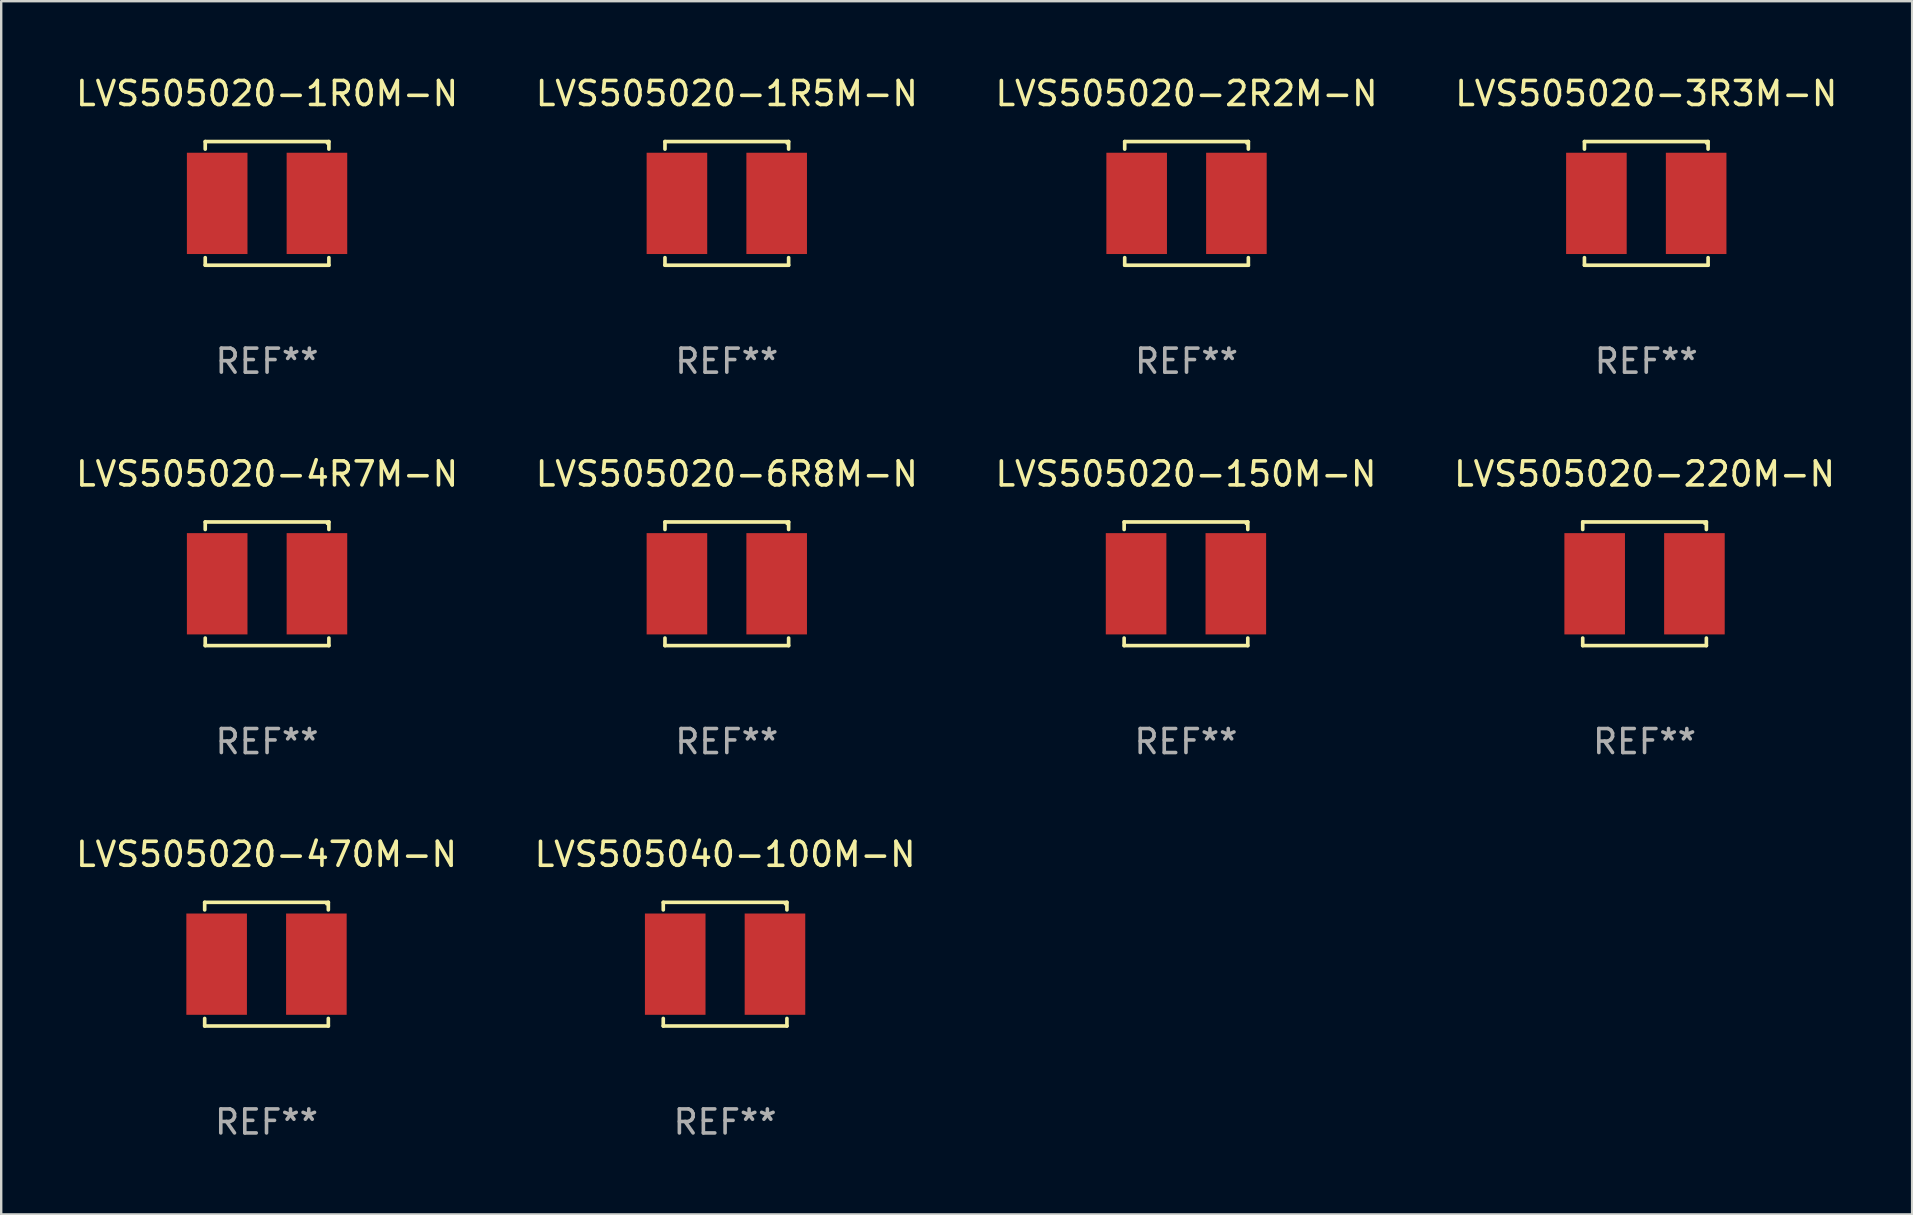
<source format=kicad_pcb>
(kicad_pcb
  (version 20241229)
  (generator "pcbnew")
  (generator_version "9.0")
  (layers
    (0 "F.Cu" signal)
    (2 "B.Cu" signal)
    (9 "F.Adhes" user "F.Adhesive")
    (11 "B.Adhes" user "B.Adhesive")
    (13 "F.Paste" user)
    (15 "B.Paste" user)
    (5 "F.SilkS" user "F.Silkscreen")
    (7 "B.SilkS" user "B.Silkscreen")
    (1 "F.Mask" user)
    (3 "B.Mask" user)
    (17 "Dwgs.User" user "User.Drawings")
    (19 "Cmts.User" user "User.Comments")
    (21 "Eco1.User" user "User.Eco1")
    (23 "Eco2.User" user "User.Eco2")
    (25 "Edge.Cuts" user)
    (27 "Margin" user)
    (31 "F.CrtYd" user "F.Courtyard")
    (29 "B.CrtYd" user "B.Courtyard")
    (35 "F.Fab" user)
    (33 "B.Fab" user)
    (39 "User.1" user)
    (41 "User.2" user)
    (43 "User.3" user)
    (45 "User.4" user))
  (footprint "LVS505020-6R8M-N"
    (layer "F.Cu")
    (at 27.232 21.273)
    (property "Reference" "LVS505020-6R8M-N" (at 0 -4.576 0) (layer "F.SilkS") (effects (font (size 1 1) (thickness 0.15))))
    (attr through_hole)
    (fp_line (start -2.576 -2.576) (end 2.576 -2.576) (stroke (width 0.152) (type solid)) (layer "F.SilkS"))
    (fp_line (start -2.576 -2.262) (end -2.576 -2.576) (stroke (width 0.152) (type solid)) (layer "F.SilkS"))
    (fp_line (start -2.576 2.262) (end -2.576 2.576) (stroke (width 0.152) (type solid)) (layer "F.SilkS"))
    (fp_line (start -2.576 2.576) (end 2.576 2.576) (stroke (width 0.152) (type solid)) (layer "F.SilkS"))
    (fp_line (start 2.576 -2.576) (end 2.576 -2.262) (stroke (width 0.152) (type solid)) (layer "F.SilkS"))
    (fp_line (start 2.576 2.576) (end 2.576 2.262) (stroke (width 0.152) (type solid)) (layer "F.SilkS"))
    (fp_circle (center 2.5 -2.5) (end 2.53 -2.5) (stroke (width 0.06) (type solid)) (fill no) (layer "F.SilkS"))
    (fp_text user "REF**" (at 0 6.576 0) (layer "F.Fab") (effects (font (size 1 1) (thickness 0.15))))
    (pad "1" smd rect (at 2.078 0) (size 2.524 4.22) (layers "F.Cu" "F.Mask" "F.Paste"))
    (pad "2" smd rect (at -2.078 0) (size 2.524 4.22) (layers "F.Cu" "F.Mask" "F.Paste")))
  (footprint "LVS505020-150M-N"
    (layer "F.Cu")
    (at 46.363 21.273)
    (property "Reference" "LVS505020-150M-N" (at 0 -4.576 0) (layer "F.SilkS") (effects (font (size 1 1) (thickness 0.15))))
    (attr through_hole)
    (fp_line (start -2.576 -2.576) (end 2.576 -2.576) (stroke (width 0.152) (type solid)) (layer "F.SilkS"))
    (fp_line (start -2.576 -2.262) (end -2.576 -2.576) (stroke (width 0.152) (type solid)) (layer "F.SilkS"))
    (fp_line (start -2.576 2.262) (end -2.576 2.576) (stroke (width 0.152) (type solid)) (layer "F.SilkS"))
    (fp_line (start -2.576 2.576) (end 2.576 2.576) (stroke (width 0.152) (type solid)) (layer "F.SilkS"))
    (fp_line (start 2.576 -2.576) (end 2.576 -2.262) (stroke (width 0.152) (type solid)) (layer "F.SilkS"))
    (fp_line (start 2.576 2.576) (end 2.576 2.262) (stroke (width 0.152) (type solid)) (layer "F.SilkS"))
    (fp_circle (center 2.5 -2.5) (end 2.53 -2.5) (stroke (width 0.06) (type solid)) (fill no) (layer "F.SilkS"))
    (fp_text user "REF**" (at 0 6.576 0) (layer "F.Fab") (effects (font (size 1 1) (thickness 0.15))))
    (pad "1" smd rect (at 2.078 0) (size 2.524 4.22) (layers "F.Cu" "F.Mask" "F.Paste"))
    (pad "2" smd rect (at -2.078 0) (size 2.524 4.22) (layers "F.Cu" "F.Mask" "F.Paste")))
  (footprint "LVS505020-3R3M-N"
    (layer "F.Cu")
    (at 65.542 5.424)
    (property "Reference" "LVS505020-3R3M-N" (at 0 -4.576 0) (layer "F.SilkS") (effects (font (size 1 1) (thickness 0.15))))
    (attr through_hole)
    (fp_line (start -2.576 -2.576) (end 2.576 -2.576) (stroke (width 0.152) (type solid)) (layer "F.SilkS"))
    (fp_line (start -2.576 -2.262) (end -2.576 -2.576) (stroke (width 0.152) (type solid)) (layer "F.SilkS"))
    (fp_line (start -2.576 2.262) (end -2.576 2.576) (stroke (width 0.152) (type solid)) (layer "F.SilkS"))
    (fp_line (start -2.576 2.576) (end 2.576 2.576) (stroke (width 0.152) (type solid)) (layer "F.SilkS"))
    (fp_line (start 2.576 -2.576) (end 2.576 -2.262) (stroke (width 0.152) (type solid)) (layer "F.SilkS"))
    (fp_line (start 2.576 2.576) (end 2.576 2.262) (stroke (width 0.152) (type solid)) (layer "F.SilkS"))
    (fp_circle (center 2.5 -2.5) (end 2.53 -2.5) (stroke (width 0.06) (type solid)) (fill no) (layer "F.SilkS"))
    (fp_text user "REF**" (at 0 6.576 0) (layer "F.Fab") (effects (font (size 1 1) (thickness 0.15))))
    (pad "1" smd rect (at 2.078 0) (size 2.524 4.22) (layers "F.Cu" "F.Mask" "F.Paste"))
    (pad "2" smd rect (at -2.078 0) (size 2.524 4.22) (layers "F.Cu" "F.Mask" "F.Paste")))
  (footprint "LVS505020-1R0M-N"
    (layer "F.Cu")
    (at 8.077 5.424)
    (property "Reference" "LVS505020-1R0M-N" (at 0 -4.576 0) (layer "F.SilkS") (effects (font (size 1 1) (thickness 0.15))))
    (attr through_hole)
    (fp_line (start -2.576 -2.576) (end 2.576 -2.576) (stroke (width 0.152) (type solid)) (layer "F.SilkS"))
    (fp_line (start -2.576 -2.262) (end -2.576 -2.576) (stroke (width 0.152) (type solid)) (layer "F.SilkS"))
    (fp_line (start -2.576 2.262) (end -2.576 2.576) (stroke (width 0.152) (type solid)) (layer "F.SilkS"))
    (fp_line (start -2.576 2.576) (end 2.576 2.576) (stroke (width 0.152) (type solid)) (layer "F.SilkS"))
    (fp_line (start 2.576 -2.576) (end 2.576 -2.262) (stroke (width 0.152) (type solid)) (layer "F.SilkS"))
    (fp_line (start 2.576 2.576) (end 2.576 2.262) (stroke (width 0.152) (type solid)) (layer "F.SilkS"))
    (fp_circle (center 2.5 -2.5) (end 2.53 -2.5) (stroke (width 0.06) (type solid)) (fill no) (layer "F.SilkS"))
    (fp_text user "REF**" (at 0 6.576 0) (layer "F.Fab") (effects (font (size 1 1) (thickness 0.15))))
    (pad "1" smd rect (at 2.078 0) (size 2.524 4.22) (layers "F.Cu" "F.Mask" "F.Paste"))
    (pad "2" smd rect (at -2.078 0) (size 2.524 4.22) (layers "F.Cu" "F.Mask" "F.Paste")))
  (footprint "LVS505020-470M-N"
    (layer "F.Cu")
    (at 8.054 37.122)
    (property "Reference" "LVS505020-470M-N" (at 0 -4.576 0) (layer "F.SilkS") (effects (font (size 1 1) (thickness 0.15))))
    (attr through_hole)
    (fp_line (start -2.576 -2.576) (end 2.576 -2.576) (stroke (width 0.152) (type solid)) (layer "F.SilkS"))
    (fp_line (start -2.576 -2.262) (end -2.576 -2.576) (stroke (width 0.152) (type solid)) (layer "F.SilkS"))
    (fp_line (start -2.576 2.262) (end -2.576 2.576) (stroke (width 0.152) (type solid)) (layer "F.SilkS"))
    (fp_line (start -2.576 2.576) (end 2.576 2.576) (stroke (width 0.152) (type solid)) (layer "F.SilkS"))
    (fp_line (start 2.576 -2.576) (end 2.576 -2.262) (stroke (width 0.152) (type solid)) (layer "F.SilkS"))
    (fp_line (start 2.576 2.576) (end 2.576 2.262) (stroke (width 0.152) (type solid)) (layer "F.SilkS"))
    (fp_circle (center 2.5 -2.5) (end 2.53 -2.5) (stroke (width 0.06) (type solid)) (fill no) (layer "F.SilkS"))
    (fp_text user "REF**" (at 0 6.576 0) (layer "F.Fab") (effects (font (size 1 1) (thickness 0.15))))
    (pad "1" smd rect (at 2.078 0) (size 2.524 4.22) (layers "F.Cu" "F.Mask" "F.Paste"))
    (pad "2" smd rect (at -2.078 0) (size 2.524 4.22) (layers "F.Cu" "F.Mask" "F.Paste")))
  (footprint "LVS505040-100M-N"
    (layer "F.Cu")
    (at 27.161 37.122)
    (property "Reference" "LVS505040-100M-N" (at 0 -4.576 0) (layer "F.SilkS") (effects (font (size 1 1) (thickness 0.15))))
    (attr through_hole)
    (fp_line (start -2.576 -2.576) (end 2.576 -2.576) (stroke (width 0.152) (type solid)) (layer "F.SilkS"))
    (fp_line (start -2.576 -2.262) (end -2.576 -2.576) (stroke (width 0.152) (type solid)) (layer "F.SilkS"))
    (fp_line (start -2.576 2.262) (end -2.576 2.576) (stroke (width 0.152) (type solid)) (layer "F.SilkS"))
    (fp_line (start -2.576 2.576) (end 2.576 2.576) (stroke (width 0.152) (type solid)) (layer "F.SilkS"))
    (fp_line (start 2.576 -2.576) (end 2.576 -2.262) (stroke (width 0.152) (type solid)) (layer "F.SilkS"))
    (fp_line (start 2.576 2.576) (end 2.576 2.262) (stroke (width 0.152) (type solid)) (layer "F.SilkS"))
    (fp_circle (center 2.5 -2.5) (end 2.53 -2.5) (stroke (width 0.06) (type solid)) (fill no) (layer "F.SilkS"))
    (fp_text user "REF**" (at 0 6.576 0) (layer "F.Fab") (effects (font (size 1 1) (thickness 0.15))))
    (pad "1" smd rect (at 2.078 0) (size 2.524 4.22) (layers "F.Cu" "F.Mask" "F.Paste"))
    (pad "2" smd rect (at -2.078 0) (size 2.524 4.22) (layers "F.Cu" "F.Mask" "F.Paste")))
  (footprint "LVS505020-1R5M-N"
    (layer "F.Cu")
    (at 27.232 5.424)
    (property "Reference" "LVS505020-1R5M-N" (at 0 -4.576 0) (layer "F.SilkS") (effects (font (size 1 1) (thickness 0.15))))
    (attr through_hole)
    (fp_line (start -2.576 -2.576) (end 2.576 -2.576) (stroke (width 0.152) (type solid)) (layer "F.SilkS"))
    (fp_line (start -2.576 -2.262) (end -2.576 -2.576) (stroke (width 0.152) (type solid)) (layer "F.SilkS"))
    (fp_line (start -2.576 2.262) (end -2.576 2.576) (stroke (width 0.152) (type solid)) (layer "F.SilkS"))
    (fp_line (start -2.576 2.576) (end 2.576 2.576) (stroke (width 0.152) (type solid)) (layer "F.SilkS"))
    (fp_line (start 2.576 -2.576) (end 2.576 -2.262) (stroke (width 0.152) (type solid)) (layer "F.SilkS"))
    (fp_line (start 2.576 2.576) (end 2.576 2.262) (stroke (width 0.152) (type solid)) (layer "F.SilkS"))
    (fp_circle (center 2.5 -2.5) (end 2.53 -2.5) (stroke (width 0.06) (type solid)) (fill no) (layer "F.SilkS"))
    (fp_text user "REF**" (at 0 6.576 0) (layer "F.Fab") (effects (font (size 1 1) (thickness 0.15))))
    (pad "1" smd rect (at 2.078 0) (size 2.524 4.22) (layers "F.Cu" "F.Mask" "F.Paste"))
    (pad "2" smd rect (at -2.078 0) (size 2.524 4.22) (layers "F.Cu" "F.Mask" "F.Paste")))
  (footprint "LVS505020-2R2M-N"
    (layer "F.Cu")
    (at 46.387 5.424)
    (property "Reference" "LVS505020-2R2M-N" (at 0 -4.576 0) (layer "F.SilkS") (effects (font (size 1 1) (thickness 0.15))))
    (attr through_hole)
    (fp_line (start -2.576 -2.576) (end 2.576 -2.576) (stroke (width 0.152) (type solid)) (layer "F.SilkS"))
    (fp_line (start -2.576 -2.262) (end -2.576 -2.576) (stroke (width 0.152) (type solid)) (layer "F.SilkS"))
    (fp_line (start -2.576 2.262) (end -2.576 2.576) (stroke (width 0.152) (type solid)) (layer "F.SilkS"))
    (fp_line (start -2.576 2.576) (end 2.576 2.576) (stroke (width 0.152) (type solid)) (layer "F.SilkS"))
    (fp_line (start 2.576 -2.576) (end 2.576 -2.262) (stroke (width 0.152) (type solid)) (layer "F.SilkS"))
    (fp_line (start 2.576 2.576) (end 2.576 2.262) (stroke (width 0.152) (type solid)) (layer "F.SilkS"))
    (fp_circle (center 2.5 -2.5) (end 2.53 -2.5) (stroke (width 0.06) (type solid)) (fill no) (layer "F.SilkS"))
    (fp_text user "REF**" (at 0 6.576 0) (layer "F.Fab") (effects (font (size 1 1) (thickness 0.15))))
    (pad "1" smd rect (at 2.078 0) (size 2.524 4.22) (layers "F.Cu" "F.Mask" "F.Paste"))
    (pad "2" smd rect (at -2.078 0) (size 2.524 4.22) (layers "F.Cu" "F.Mask" "F.Paste")))
  (footprint "LVS505020-220M-N"
    (layer "F.Cu")
    (at 65.47 21.273)
    (property "Reference" "LVS505020-220M-N" (at 0 -4.576 0) (layer "F.SilkS") (effects (font (size 1 1) (thickness 0.15))))
    (attr through_hole)
    (fp_line (start -2.576 -2.576) (end 2.576 -2.576) (stroke (width 0.152) (type solid)) (layer "F.SilkS"))
    (fp_line (start -2.576 -2.262) (end -2.576 -2.576) (stroke (width 0.152) (type solid)) (layer "F.SilkS"))
    (fp_line (start -2.576 2.262) (end -2.576 2.576) (stroke (width 0.152) (type solid)) (layer "F.SilkS"))
    (fp_line (start -2.576 2.576) (end 2.576 2.576) (stroke (width 0.152) (type solid)) (layer "F.SilkS"))
    (fp_line (start 2.576 -2.576) (end 2.576 -2.262) (stroke (width 0.152) (type solid)) (layer "F.SilkS"))
    (fp_line (start 2.576 2.576) (end 2.576 2.262) (stroke (width 0.152) (type solid)) (layer "F.SilkS"))
    (fp_circle (center 2.5 -2.5) (end 2.53 -2.5) (stroke (width 0.06) (type solid)) (fill no) (layer "F.SilkS"))
    (fp_text user "REF**" (at 0 6.576 0) (layer "F.Fab") (effects (font (size 1 1) (thickness 0.15))))
    (pad "1" smd rect (at 2.078 0) (size 2.524 4.22) (layers "F.Cu" "F.Mask" "F.Paste"))
    (pad "2" smd rect (at -2.078 0) (size 2.524 4.22) (layers "F.Cu" "F.Mask" "F.Paste")))
  (footprint "LVS505020-4R7M-N"
    (layer "F.Cu")
    (at 8.077 21.273)
    (property "Reference" "LVS505020-4R7M-N" (at 0 -4.576 0) (layer "F.SilkS") (effects (font (size 1 1) (thickness 0.15))))
    (attr through_hole)
    (fp_line (start -2.576 -2.576) (end 2.576 -2.576) (stroke (width 0.152) (type solid)) (layer "F.SilkS"))
    (fp_line (start -2.576 -2.262) (end -2.576 -2.576) (stroke (width 0.152) (type solid)) (layer "F.SilkS"))
    (fp_line (start -2.576 2.262) (end -2.576 2.576) (stroke (width 0.152) (type solid)) (layer "F.SilkS"))
    (fp_line (start -2.576 2.576) (end 2.576 2.576) (stroke (width 0.152) (type solid)) (layer "F.SilkS"))
    (fp_line (start 2.576 -2.576) (end 2.576 -2.262) (stroke (width 0.152) (type solid)) (layer "F.SilkS"))
    (fp_line (start 2.576 2.576) (end 2.576 2.262) (stroke (width 0.152) (type solid)) (layer "F.SilkS"))
    (fp_circle (center 2.5 -2.5) (end 2.53 -2.5) (stroke (width 0.06) (type solid)) (fill no) (layer "F.SilkS"))
    (fp_text user "REF**" (at 0 6.576 0) (layer "F.Fab") (effects (font (size 1 1) (thickness 0.15))))
    (pad "1" smd rect (at 2.078 0) (size 2.524 4.22) (layers "F.Cu" "F.Mask" "F.Paste"))
    (pad "2" smd rect (at -2.078 0) (size 2.524 4.22) (layers "F.Cu" "F.Mask" "F.Paste")))
  (gr_rect
    (start -3 -3)
    (end 76.619 47.547)
    (stroke (width 0.1) (type default))
    (fill no)
    (layer "Edge.Cuts")))
</source>
